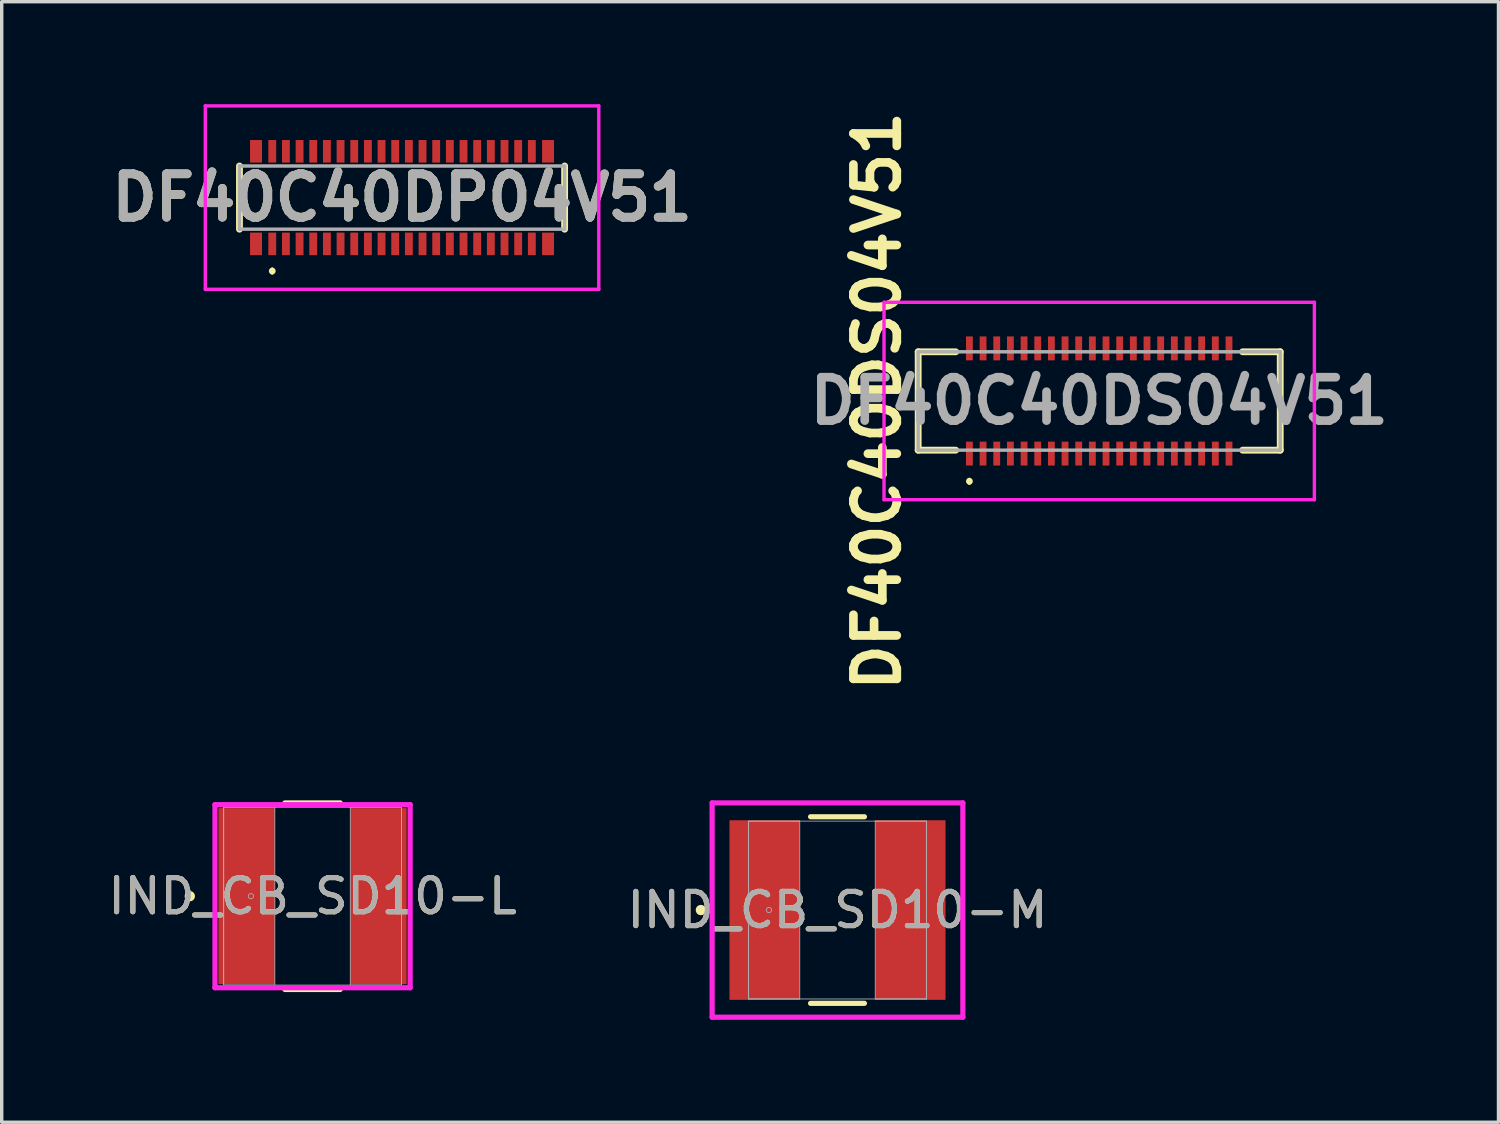
<source format=kicad_pcb>
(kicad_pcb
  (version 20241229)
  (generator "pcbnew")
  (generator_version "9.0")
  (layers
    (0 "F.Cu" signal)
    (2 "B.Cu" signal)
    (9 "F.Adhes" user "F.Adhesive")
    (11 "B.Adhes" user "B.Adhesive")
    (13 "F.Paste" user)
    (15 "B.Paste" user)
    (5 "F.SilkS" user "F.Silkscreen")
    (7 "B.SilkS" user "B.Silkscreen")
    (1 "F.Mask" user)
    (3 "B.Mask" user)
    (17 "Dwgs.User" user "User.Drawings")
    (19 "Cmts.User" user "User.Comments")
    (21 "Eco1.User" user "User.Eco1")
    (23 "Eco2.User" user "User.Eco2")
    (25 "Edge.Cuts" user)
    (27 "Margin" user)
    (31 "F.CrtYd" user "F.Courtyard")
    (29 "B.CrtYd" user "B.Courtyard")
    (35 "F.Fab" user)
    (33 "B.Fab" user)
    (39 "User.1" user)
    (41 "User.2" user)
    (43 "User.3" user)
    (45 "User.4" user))
  (footprint "IND_CB_SD10-L"
    (layer "F.Cu")
    (at 6.101 23.188)
    (property "Reference" "IND_CB_SD10-L" (at 0 0 0) (unlocked yes) (layer "F.SilkS") (effects (font (size 1 1) (thickness 0.15))))
    (attr smd)
    (fp_line (start -0.809 2.731) (end 0.809 2.731) (stroke (width 0.152) (type solid)) (layer "F.SilkS"))
    (fp_line (start 0.809 -2.731) (end -0.809 -2.731) (stroke (width 0.152) (type solid)) (layer "F.SilkS"))
    (fp_circle (center -3.594 0) (end -3.518 0) (stroke (width 0.152) (type solid)) (fill no) (layer "F.SilkS"))
    (fp_line (start -2.857 -2.68) (end 2.857 -2.68) (stroke (width 0.152) (type solid)) (layer "F.CrtYd"))
    (fp_line (start -2.857 2.68) (end -2.857 -2.68) (stroke (width 0.152) (type solid)) (layer "F.CrtYd"))
    (fp_line (start 2.857 -2.68) (end 2.857 2.68) (stroke (width 0.152) (type solid)) (layer "F.CrtYd"))
    (fp_line (start 2.857 2.68) (end -2.857 2.68) (stroke (width 0.152) (type solid)) (layer "F.CrtYd"))
    (fp_line (start -2.603 -2.603) (end -2.603 2.603) (stroke (width 0.025) (type solid)) (layer "F.Fab"))
    (fp_line (start -2.603 -2.603) (end -2.603 2.603) (stroke (width 0.025) (type solid)) (layer "F.Fab"))
    (fp_line (start -2.603 2.603) (end -1.105 2.603) (stroke (width 0.025) (type solid)) (layer "F.Fab"))
    (fp_line (start -2.603 2.603) (end 2.603 2.603) (stroke (width 0.025) (type solid)) (layer "F.Fab"))
    (fp_line (start -1.105 -2.603) (end -2.603 -2.603) (stroke (width 0.025) (type solid)) (layer "F.Fab"))
    (fp_line (start -1.105 2.603) (end -1.105 -2.603) (stroke (width 0.025) (type solid)) (layer "F.Fab"))
    (fp_line (start 1.105 -2.603) (end 1.105 2.603) (stroke (width 0.025) (type solid)) (layer "F.Fab"))
    (fp_line (start 1.105 2.603) (end 2.603 2.603) (stroke (width 0.025) (type solid)) (layer "F.Fab"))
    (fp_line (start 2.603 -2.603) (end -2.603 -2.603) (stroke (width 0.025) (type solid)) (layer "F.Fab"))
    (fp_line (start 2.603 -2.603) (end 1.105 -2.603) (stroke (width 0.025) (type solid)) (layer "F.Fab"))
    (fp_line (start 2.603 2.603) (end 2.603 -2.603) (stroke (width 0.025) (type solid)) (layer "F.Fab"))
    (fp_line (start 2.603 2.603) (end 2.603 -2.603) (stroke (width 0.025) (type solid)) (layer "F.Fab"))
    (fp_circle (center -1.803 0) (end -1.727 0) (stroke (width 0.025) (type solid)) (fill no) (layer "F.Fab"))
    (fp_text user "${REFERENCE}" (at 0 0 0) (unlocked yes) (layer "F.Fab") (effects (font (size 1 1) (thickness 0.15))))
    (pad "1" smd rect (at -1.93 0) (size 1.651 5.156) (layers "F.Cu" "F.Mask" "F.Paste"))
    (pad "2" smd rect (at 1.93 0) (size 1.651 5.156) (layers "F.Cu" "F.Mask" "F.Paste"))
    (zone (net_name "") (layer "F.Cu") (hatch full 0.508) (connect_pads) (min_thickness 0.254) (filled_areas_thickness no) (keepout (tracks not_allowed) (vias not_allowed) (pads allowed) (copperpour not_allowed) (footprints allowed)) (placement (enabled no)) (fill) (polygon (pts (xy 5.047 20.635) (xy 7.155 20.635) (xy 7.155 25.74) (xy 5.047 25.74)))))
  (footprint "DF40C40DP04V51"
    (layer "F.Cu")
    (at 8.721 2.735)
    (property "Reference" "DF40C40DP04V51" (at 0 0 0) (layer "F.SilkS") (effects (font (size 1.27 1.27) (thickness 0.254))))
    (attr smd)
    (fp_line (start -4.76 -0.925) (end -4.76 0.925) (stroke (width 0.2) (type solid)) (layer "F.SilkS"))
    (fp_line (start -3.8 2.1) (end -3.8 2.1) (stroke (width 0.1) (type solid)) (layer "F.SilkS"))
    (fp_line (start -3.8 2.2) (end -3.8 2.2) (stroke (width 0.1) (type solid)) (layer "F.SilkS"))
    (fp_line (start 4.76 -0.925) (end 4.76 0.925) (stroke (width 0.2) (type solid)) (layer "F.SilkS"))
    (fp_arc (start -3.8 2.1) (mid -3.75 2.15) (end -3.8 2.2) (stroke (width 0.1) (type solid)) (layer "F.SilkS"))
    (fp_arc (start -3.8 2.2) (mid -3.85 2.15) (end -3.8 2.1) (stroke (width 0.1) (type solid)) (layer "F.SilkS"))
    (fp_line (start -5.76 -2.685) (end 5.76 -2.685) (stroke (width 0.1) (type solid)) (layer "F.CrtYd"))
    (fp_line (start -5.76 2.685) (end -5.76 -2.685) (stroke (width 0.1) (type solid)) (layer "F.CrtYd"))
    (fp_line (start 5.76 -2.685) (end 5.76 2.685) (stroke (width 0.1) (type solid)) (layer "F.CrtYd"))
    (fp_line (start 5.76 2.685) (end -5.76 2.685) (stroke (width 0.1) (type solid)) (layer "F.CrtYd"))
    (fp_line (start -4.76 -0.925) (end -4.76 0.925) (stroke (width 0.1) (type solid)) (layer "F.Fab"))
    (fp_line (start -4.76 0.925) (end 4.76 0.925) (stroke (width 0.1) (type solid)) (layer "F.Fab"))
    (fp_line (start 4.76 -0.925) (end -4.76 -0.925) (stroke (width 0.1) (type solid)) (layer "F.Fab"))
    (fp_line (start 4.76 0.925) (end 4.76 -0.925) (stroke (width 0.1) (type solid)) (layer "F.Fab"))
    (fp_text user "${REFERENCE}" (at 0 0 0) (layer "F.Fab") (effects (font (size 1.27 1.27) (thickness 0.254))))
    (pad "1" smd rect (at -3.8 1.355) (size 0.23 0.66) (layers "F.Cu" "F.Mask" "F.Paste"))
    (pad "2" smd rect (at -3.8 -1.355) (size 0.23 0.66) (layers "F.Cu" "F.Mask" "F.Paste"))
    (pad "3" smd rect (at -3.4 1.355) (size 0.23 0.66) (layers "F.Cu" "F.Mask" "F.Paste"))
    (pad "4" smd rect (at -3.4 -1.355) (size 0.23 0.66) (layers "F.Cu" "F.Mask" "F.Paste"))
    (pad "5" smd rect (at -3 1.355) (size 0.23 0.66) (layers "F.Cu" "F.Mask" "F.Paste"))
    (pad "6" smd rect (at -3 -1.355) (size 0.23 0.66) (layers "F.Cu" "F.Mask" "F.Paste"))
    (pad "7" smd rect (at -2.6 1.355) (size 0.23 0.66) (layers "F.Cu" "F.Mask" "F.Paste"))
    (pad "8" smd rect (at -2.6 -1.355) (size 0.23 0.66) (layers "F.Cu" "F.Mask" "F.Paste"))
    (pad "9" smd rect (at -2.2 1.355) (size 0.23 0.66) (layers "F.Cu" "F.Mask" "F.Paste"))
    (pad "10" smd rect (at -2.2 -1.355) (size 0.23 0.66) (layers "F.Cu" "F.Mask" "F.Paste"))
    (pad "11" smd rect (at -1.8 1.355) (size 0.23 0.66) (layers "F.Cu" "F.Mask" "F.Paste"))
    (pad "12" smd rect (at -1.8 -1.355) (size 0.23 0.66) (layers "F.Cu" "F.Mask" "F.Paste"))
    (pad "13" smd rect (at -1.4 1.355) (size 0.23 0.66) (layers "F.Cu" "F.Mask" "F.Paste"))
    (pad "14" smd rect (at -1.4 -1.355) (size 0.23 0.66) (layers "F.Cu" "F.Mask" "F.Paste"))
    (pad "15" smd rect (at -1 1.355) (size 0.23 0.66) (layers "F.Cu" "F.Mask" "F.Paste"))
    (pad "16" smd rect (at -1 -1.355) (size 0.23 0.66) (layers "F.Cu" "F.Mask" "F.Paste"))
    (pad "17" smd rect (at -0.6 1.355) (size 0.23 0.66) (layers "F.Cu" "F.Mask" "F.Paste"))
    (pad "18" smd rect (at -0.6 -1.355) (size 0.23 0.66) (layers "F.Cu" "F.Mask" "F.Paste"))
    (pad "19" smd rect (at -0.2 1.355) (size 0.23 0.66) (layers "F.Cu" "F.Mask" "F.Paste"))
    (pad "20" smd rect (at -0.2 -1.355) (size 0.23 0.66) (layers "F.Cu" "F.Mask" "F.Paste"))
    (pad "21" smd rect (at 0.2 1.355) (size 0.23 0.66) (layers "F.Cu" "F.Mask" "F.Paste"))
    (pad "22" smd rect (at 0.2 -1.355) (size 0.23 0.66) (layers "F.Cu" "F.Mask" "F.Paste"))
    (pad "23" smd rect (at 0.6 1.355) (size 0.23 0.66) (layers "F.Cu" "F.Mask" "F.Paste"))
    (pad "24" smd rect (at 0.6 -1.355) (size 0.23 0.66) (layers "F.Cu" "F.Mask" "F.Paste"))
    (pad "25" smd rect (at 1 1.355) (size 0.23 0.66) (layers "F.Cu" "F.Mask" "F.Paste"))
    (pad "26" smd rect (at 1 -1.355) (size 0.23 0.66) (layers "F.Cu" "F.Mask" "F.Paste"))
    (pad "27" smd rect (at 1.4 1.355) (size 0.23 0.66) (layers "F.Cu" "F.Mask" "F.Paste"))
    (pad "28" smd rect (at 1.4 -1.355) (size 0.23 0.66) (layers "F.Cu" "F.Mask" "F.Paste"))
    (pad "29" smd rect (at 1.8 1.355) (size 0.23 0.66) (layers "F.Cu" "F.Mask" "F.Paste"))
    (pad "30" smd rect (at 1.8 -1.355) (size 0.23 0.66) (layers "F.Cu" "F.Mask" "F.Paste"))
    (pad "31" smd rect (at 2.2 1.355) (size 0.23 0.66) (layers "F.Cu" "F.Mask" "F.Paste"))
    (pad "32" smd rect (at 2.2 -1.355) (size 0.23 0.66) (layers "F.Cu" "F.Mask" "F.Paste"))
    (pad "33" smd rect (at 2.6 1.355) (size 0.23 0.66) (layers "F.Cu" "F.Mask" "F.Paste"))
    (pad "34" smd rect (at 2.6 -1.355) (size 0.23 0.66) (layers "F.Cu" "F.Mask" "F.Paste"))
    (pad "35" smd rect (at 3 1.355) (size 0.23 0.66) (layers "F.Cu" "F.Mask" "F.Paste"))
    (pad "36" smd rect (at 3 -1.355) (size 0.23 0.66) (layers "F.Cu" "F.Mask" "F.Paste"))
    (pad "37" smd rect (at 3.4 1.355) (size 0.23 0.66) (layers "F.Cu" "F.Mask" "F.Paste"))
    (pad "38" smd rect (at 3.4 -1.355) (size 0.23 0.66) (layers "F.Cu" "F.Mask" "F.Paste"))
    (pad "39" smd rect (at 3.8 1.355) (size 0.23 0.66) (layers "F.Cu" "F.Mask" "F.Paste"))
    (pad "40" smd rect (at 3.8 -1.355) (size 0.23 0.66) (layers "F.Cu" "F.Mask" "F.Paste"))
    (pad "MP1" smd rect (at -4.275 1.355) (size 0.35 0.66) (layers "F.Cu" "F.Mask" "F.Paste"))
    (pad "MP2" smd rect (at -4.275 -1.355) (size 0.35 0.66) (layers "F.Cu" "F.Mask" "F.Paste"))
    (pad "MP3" smd rect (at 4.275 1.355) (size 0.35 0.66) (layers "F.Cu" "F.Mask" "F.Paste"))
    (pad "MP4" smd rect (at 4.275 -1.355) (size 0.35 0.66) (layers "F.Cu" "F.Mask" "F.Paste")))
  (footprint "IND_CB_SD10-M"
    (layer "F.Cu")
    (at 21.47 23.594)
    (property "Reference" "IND_CB_SD10-M" (at 0 0 0) (unlocked yes) (layer "F.SilkS") (effects (font (size 1 1) (thickness 0.15))))
    (attr smd)
    (fp_line (start -0.788 2.731) (end 0.788 2.731) (stroke (width 0.152) (type solid)) (layer "F.SilkS"))
    (fp_line (start 0.788 -2.731) (end -0.788 -2.731) (stroke (width 0.152) (type solid)) (layer "F.SilkS"))
    (fp_circle (center -4 0) (end -3.924 0) (stroke (width 0.152) (type solid)) (fill no) (layer "F.SilkS"))
    (fp_line (start -3.67 -3.137) (end 3.67 -3.137) (stroke (width 0.152) (type solid)) (layer "F.CrtYd"))
    (fp_line (start -3.67 3.137) (end -3.67 -3.137) (stroke (width 0.152) (type solid)) (layer "F.CrtYd"))
    (fp_line (start 3.67 -3.137) (end 3.67 3.137) (stroke (width 0.152) (type solid)) (layer "F.CrtYd"))
    (fp_line (start 3.67 3.137) (end -3.67 3.137) (stroke (width 0.152) (type solid)) (layer "F.CrtYd"))
    (fp_line (start -2.603 -2.603) (end -2.603 2.603) (stroke (width 0.025) (type solid)) (layer "F.Fab"))
    (fp_line (start -2.603 -2.603) (end -2.603 2.603) (stroke (width 0.025) (type solid)) (layer "F.Fab"))
    (fp_line (start -2.603 2.603) (end -1.105 2.603) (stroke (width 0.025) (type solid)) (layer "F.Fab"))
    (fp_line (start -2.603 2.603) (end 2.603 2.603) (stroke (width 0.025) (type solid)) (layer "F.Fab"))
    (fp_line (start -1.105 -2.603) (end -2.603 -2.603) (stroke (width 0.025) (type solid)) (layer "F.Fab"))
    (fp_line (start -1.105 2.603) (end -1.105 -2.603) (stroke (width 0.025) (type solid)) (layer "F.Fab"))
    (fp_line (start 1.105 -2.603) (end 1.105 2.603) (stroke (width 0.025) (type solid)) (layer "F.Fab"))
    (fp_line (start 1.105 2.603) (end 2.603 2.603) (stroke (width 0.025) (type solid)) (layer "F.Fab"))
    (fp_line (start 2.603 -2.603) (end -2.603 -2.603) (stroke (width 0.025) (type solid)) (layer "F.Fab"))
    (fp_line (start 2.603 -2.603) (end 1.105 -2.603) (stroke (width 0.025) (type solid)) (layer "F.Fab"))
    (fp_line (start 2.603 2.603) (end 2.603 -2.603) (stroke (width 0.025) (type solid)) (layer "F.Fab"))
    (fp_line (start 2.603 2.603) (end 2.603 -2.603) (stroke (width 0.025) (type solid)) (layer "F.Fab"))
    (fp_circle (center -2.007 0) (end -1.93 0) (stroke (width 0.025) (type solid)) (fill no) (layer "F.Fab"))
    (fp_text user "${REFERENCE}" (at 0 0 0) (unlocked yes) (layer "F.Fab") (effects (font (size 1 1) (thickness 0.15))))
    (pad "1" smd rect (at -2.134 0) (size 2.057 5.258) (layers "F.Cu" "F.Mask" "F.Paste"))
    (pad "2" smd rect (at 2.134 0) (size 2.057 5.258) (layers "F.Cu" "F.Mask" "F.Paste"))
    (zone (net_name "") (layer "F.Cu") (hatch full 0.508) (connect_pads) (min_thickness 0.254) (filled_areas_thickness no) (keepout (tracks not_allowed) (vias not_allowed) (pads allowed) (copperpour not_allowed) (footprints allowed)) (placement (enabled no)) (fill) (polygon (pts (xy 20.416 21.041) (xy 22.524 21.041) (xy 22.524 26.147) (xy 20.416 26.147)))))
  (footprint "DF40C40DS04V51"
    (layer "F.Cu")
    (at 29.132 8.69)
    (property "Reference" "DF40C40DS04V51" (at -6.5 0 90) (layer "F.SilkS") (effects (font (size 1.27 1.27) (thickness 0.254))))
    (attr smd)
    (fp_line (start -5.3 -1.44) (end -5.3 1.44) (stroke (width 0.2) (type solid)) (layer "F.SilkS"))
    (fp_line (start -5.3 1.44) (end -4.2 1.44) (stroke (width 0.2) (type solid)) (layer "F.SilkS"))
    (fp_line (start -4.2 -1.44) (end -5.3 -1.44) (stroke (width 0.2) (type solid)) (layer "F.SilkS"))
    (fp_line (start -3.8 2.3) (end -3.8 2.3) (stroke (width 0.1) (type solid)) (layer "F.SilkS"))
    (fp_line (start -3.8 2.4) (end -3.8 2.4) (stroke (width 0.1) (type solid)) (layer "F.SilkS"))
    (fp_line (start 4.2 1.44) (end 5.3 1.44) (stroke (width 0.2) (type solid)) (layer "F.SilkS"))
    (fp_line (start 5.3 -1.44) (end 4.2 -1.44) (stroke (width 0.2) (type solid)) (layer "F.SilkS"))
    (fp_line (start 5.3 1.44) (end 5.3 -1.44) (stroke (width 0.2) (type solid)) (layer "F.SilkS"))
    (fp_arc (start -3.8 2.3) (mid -3.75 2.35) (end -3.8 2.4) (stroke (width 0.1) (type solid)) (layer "F.SilkS"))
    (fp_arc (start -3.8 2.4) (mid -3.85 2.35) (end -3.8 2.3) (stroke (width 0.1) (type solid)) (layer "F.SilkS"))
    (fp_line (start -6.3 -2.89) (end 6.3 -2.89) (stroke (width 0.1) (type solid)) (layer "F.CrtYd"))
    (fp_line (start -6.3 2.89) (end -6.3 -2.89) (stroke (width 0.1) (type solid)) (layer "F.CrtYd"))
    (fp_line (start 6.3 -2.89) (end 6.3 2.89) (stroke (width 0.1) (type solid)) (layer "F.CrtYd"))
    (fp_line (start 6.3 2.89) (end -6.3 2.89) (stroke (width 0.1) (type solid)) (layer "F.CrtYd"))
    (fp_line (start -5.3 -1.44) (end -5.3 1.44) (stroke (width 0.1) (type solid)) (layer "F.Fab"))
    (fp_line (start -5.3 1.44) (end 5.3 1.44) (stroke (width 0.1) (type solid)) (layer "F.Fab"))
    (fp_line (start 5.3 -1.44) (end -5.3 -1.44) (stroke (width 0.1) (type solid)) (layer "F.Fab"))
    (fp_line (start 5.3 1.44) (end 5.3 -1.44) (stroke (width 0.1) (type solid)) (layer "F.Fab"))
    (fp_text user "${REFERENCE}" (at 0 0 0) (layer "F.Fab") (effects (font (size 1.27 1.27) (thickness 0.254))))
    (pad "1" smd rect (at -3.8 1.54) (size 0.2 0.7) (layers "F.Cu" "F.Mask" "F.Paste"))
    (pad "2" smd rect (at -3.8 -1.54) (size 0.2 0.7) (layers "F.Cu" "F.Mask" "F.Paste"))
    (pad "3" smd rect (at -3.4 1.54) (size 0.2 0.7) (layers "F.Cu" "F.Mask" "F.Paste"))
    (pad "4" smd rect (at -3.4 -1.54) (size 0.2 0.7) (layers "F.Cu" "F.Mask" "F.Paste"))
    (pad "5" smd rect (at -3 1.54) (size 0.2 0.7) (layers "F.Cu" "F.Mask" "F.Paste"))
    (pad "6" smd rect (at -3 -1.54) (size 0.2 0.7) (layers "F.Cu" "F.Mask" "F.Paste"))
    (pad "7" smd rect (at -2.6 1.54) (size 0.2 0.7) (layers "F.Cu" "F.Mask" "F.Paste"))
    (pad "8" smd rect (at -2.6 -1.54) (size 0.2 0.7) (layers "F.Cu" "F.Mask" "F.Paste"))
    (pad "9" smd rect (at -2.2 1.54) (size 0.2 0.7) (layers "F.Cu" "F.Mask" "F.Paste"))
    (pad "10" smd rect (at -2.2 -1.54) (size 0.2 0.7) (layers "F.Cu" "F.Mask" "F.Paste"))
    (pad "11" smd rect (at -1.8 1.54) (size 0.2 0.7) (layers "F.Cu" "F.Mask" "F.Paste"))
    (pad "12" smd rect (at -1.8 -1.54) (size 0.2 0.7) (layers "F.Cu" "F.Mask" "F.Paste"))
    (pad "13" smd rect (at -1.4 1.54) (size 0.2 0.7) (layers "F.Cu" "F.Mask" "F.Paste"))
    (pad "14" smd rect (at -1.4 -1.54) (size 0.2 0.7) (layers "F.Cu" "F.Mask" "F.Paste"))
    (pad "15" smd rect (at -1 1.54) (size 0.2 0.7) (layers "F.Cu" "F.Mask" "F.Paste"))
    (pad "16" smd rect (at -1 -1.54) (size 0.2 0.7) (layers "F.Cu" "F.Mask" "F.Paste"))
    (pad "17" smd rect (at -0.6 1.54) (size 0.2 0.7) (layers "F.Cu" "F.Mask" "F.Paste"))
    (pad "18" smd rect (at -0.6 -1.54) (size 0.2 0.7) (layers "F.Cu" "F.Mask" "F.Paste"))
    (pad "19" smd rect (at -0.2 1.54) (size 0.2 0.7) (layers "F.Cu" "F.Mask" "F.Paste"))
    (pad "20" smd rect (at -0.2 -1.54) (size 0.2 0.7) (layers "F.Cu" "F.Mask" "F.Paste"))
    (pad "21" smd rect (at 0.2 1.54) (size 0.2 0.7) (layers "F.Cu" "F.Mask" "F.Paste"))
    (pad "22" smd rect (at 0.2 -1.54) (size 0.2 0.7) (layers "F.Cu" "F.Mask" "F.Paste"))
    (pad "23" smd rect (at 0.6 1.54) (size 0.2 0.7) (layers "F.Cu" "F.Mask" "F.Paste"))
    (pad "24" smd rect (at 0.6 -1.54) (size 0.2 0.7) (layers "F.Cu" "F.Mask" "F.Paste"))
    (pad "25" smd rect (at 1 1.54) (size 0.2 0.7) (layers "F.Cu" "F.Mask" "F.Paste"))
    (pad "26" smd rect (at 1 -1.54) (size 0.2 0.7) (layers "F.Cu" "F.Mask" "F.Paste"))
    (pad "27" smd rect (at 1.4 1.54) (size 0.2 0.7) (layers "F.Cu" "F.Mask" "F.Paste"))
    (pad "28" smd rect (at 1.4 -1.54) (size 0.2 0.7) (layers "F.Cu" "F.Mask" "F.Paste"))
    (pad "29" smd rect (at 1.8 1.54) (size 0.2 0.7) (layers "F.Cu" "F.Mask" "F.Paste"))
    (pad "30" smd rect (at 1.8 -1.54) (size 0.2 0.7) (layers "F.Cu" "F.Mask" "F.Paste"))
    (pad "31" smd rect (at 2.2 1.54) (size 0.2 0.7) (layers "F.Cu" "F.Mask" "F.Paste"))
    (pad "32" smd rect (at 2.2 -1.54) (size 0.2 0.7) (layers "F.Cu" "F.Mask" "F.Paste"))
    (pad "33" smd rect (at 2.6 1.54) (size 0.2 0.7) (layers "F.Cu" "F.Mask" "F.Paste"))
    (pad "34" smd rect (at 2.6 -1.54) (size 0.2 0.7) (layers "F.Cu" "F.Mask" "F.Paste"))
    (pad "35" smd rect (at 3 1.54) (size 0.2 0.7) (layers "F.Cu" "F.Mask" "F.Paste"))
    (pad "36" smd rect (at 3 -1.54) (size 0.2 0.7) (layers "F.Cu" "F.Mask" "F.Paste"))
    (pad "37" smd rect (at 3.4 1.54) (size 0.2 0.7) (layers "F.Cu" "F.Mask" "F.Paste"))
    (pad "38" smd rect (at 3.4 -1.54) (size 0.2 0.7) (layers "F.Cu" "F.Mask" "F.Paste"))
    (pad "39" smd rect (at 3.8 1.54) (size 0.2 0.7) (layers "F.Cu" "F.Mask" "F.Paste"))
    (pad "40" smd rect (at 3.8 -1.54) (size 0.2 0.7) (layers "F.Cu" "F.Mask" "F.Paste")))
  (gr_rect
    (start -3 -3)
    (end 40.822 29.807)
    (stroke (width 0.1) (type default))
    (fill no)
    (layer "Edge.Cuts")))
</source>
